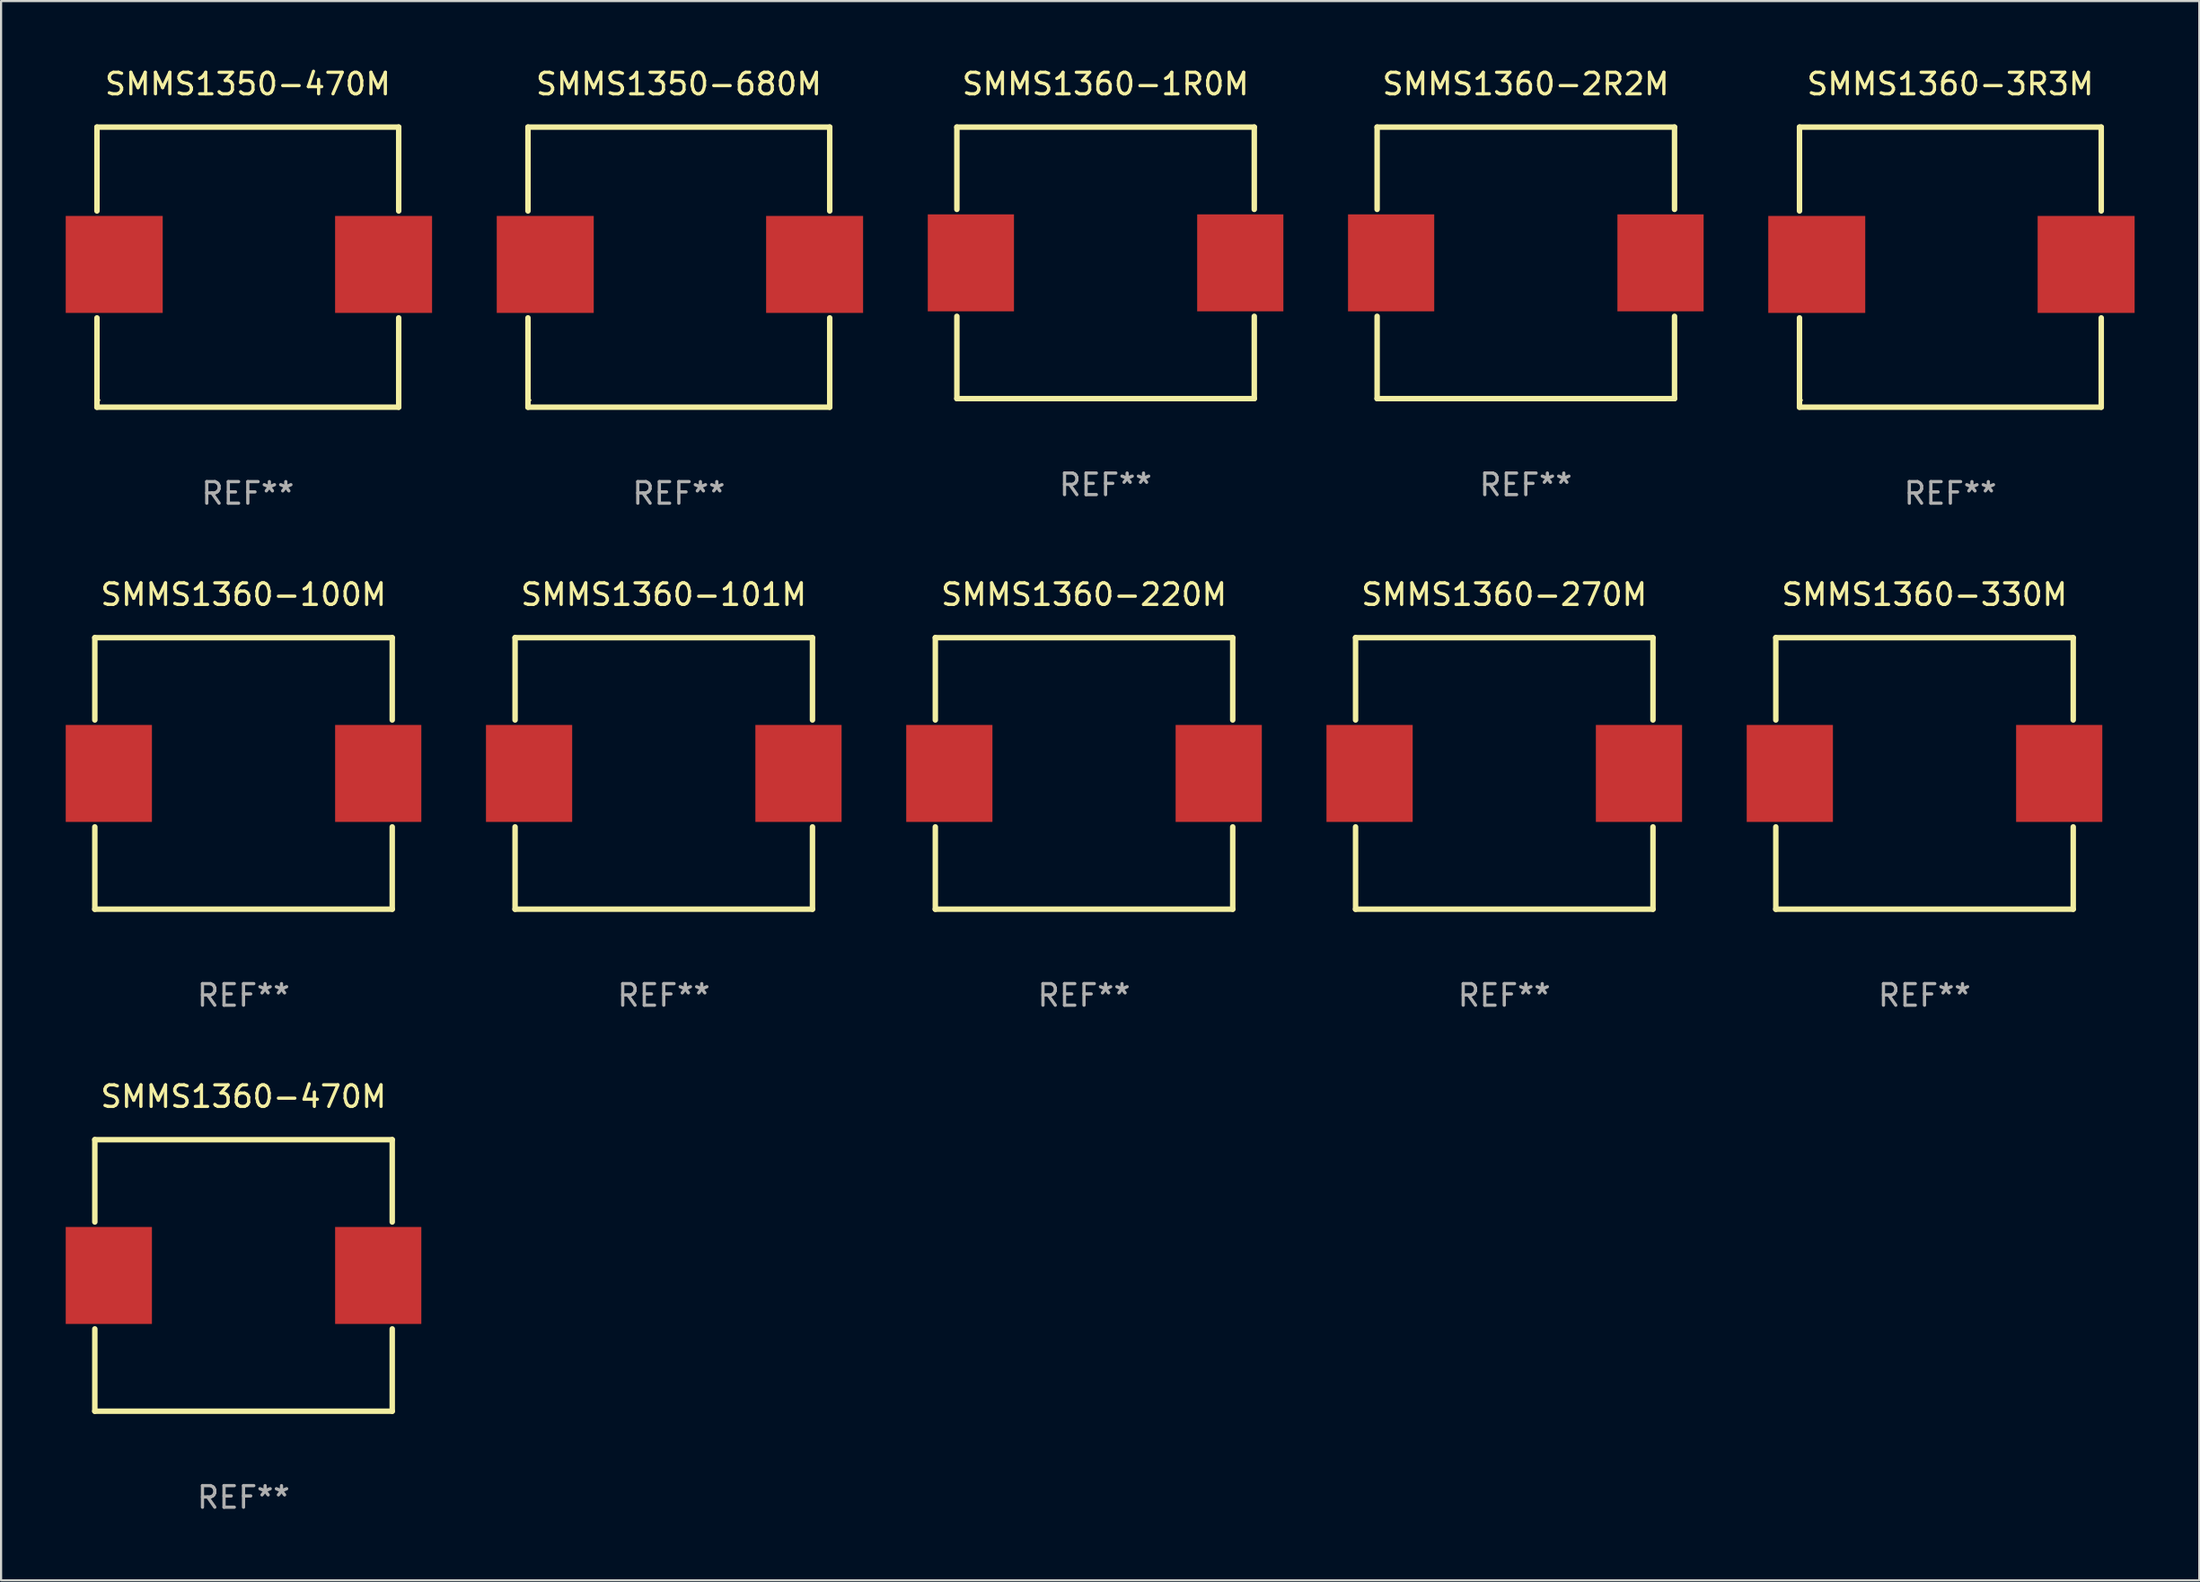
<source format=kicad_pcb>
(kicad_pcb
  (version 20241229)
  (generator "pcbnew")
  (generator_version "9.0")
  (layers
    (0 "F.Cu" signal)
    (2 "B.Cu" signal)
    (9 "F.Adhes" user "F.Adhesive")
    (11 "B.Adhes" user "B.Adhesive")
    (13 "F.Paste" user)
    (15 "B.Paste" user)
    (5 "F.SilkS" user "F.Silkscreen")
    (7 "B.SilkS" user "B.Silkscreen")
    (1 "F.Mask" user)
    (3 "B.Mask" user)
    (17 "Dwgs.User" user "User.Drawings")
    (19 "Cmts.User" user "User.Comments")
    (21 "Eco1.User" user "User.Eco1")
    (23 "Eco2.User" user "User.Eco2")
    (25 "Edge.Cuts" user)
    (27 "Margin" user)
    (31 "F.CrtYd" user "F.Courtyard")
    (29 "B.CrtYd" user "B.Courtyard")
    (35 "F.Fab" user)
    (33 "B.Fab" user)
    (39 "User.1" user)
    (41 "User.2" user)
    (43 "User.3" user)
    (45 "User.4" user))
  (footprint "SMMS1360-101M"
    (layer "F.Cu")
    (at 27.75 32.843)
    (property "Reference" "SMMS1360-101M" (at 0 -8.3 0) (layer "F.SilkS") (effects (font (size 1 1) (thickness 0.15))))
    (attr through_hole)
    (fp_line (start -6.9 -6.3) (end -6.9 -2.481) (stroke (width 0.254) (type solid)) (layer "F.SilkS"))
    (fp_line (start -6.9 -6.3) (end 6.9 -6.3) (stroke (width 0.254) (type solid)) (layer "F.SilkS"))
    (fp_line (start -6.9 2.481) (end -6.9 6.3) (stroke (width 0.254) (type solid)) (layer "F.SilkS"))
    (fp_line (start 6.9 -6.3) (end 6.9 -2.481) (stroke (width 0.254) (type solid)) (layer "F.SilkS"))
    (fp_line (start 6.9 2.481) (end 6.9 6.3) (stroke (width 0.254) (type solid)) (layer "F.SilkS"))
    (fp_line (start 6.9 6.3) (end -6.9 6.3) (stroke (width 0.254) (type solid)) (layer "F.SilkS"))
    (fp_circle (center -6.9 6.3) (end -6.87 6.3) (stroke (width 0.06) (type solid)) (fill no) (layer "F.SilkS"))
    (fp_text user "REF**" (at 0 10.3 0) (layer "F.Fab") (effects (font (size 1 1) (thickness 0.15))))
    (pad "1" smd rect (at -6.25 0) (size 4 4.5) (layers "F.Cu" "F.Mask" "F.Paste"))
    (pad "2" smd rect (at 6.25 0) (size 4 4.5) (layers "F.Cu" "F.Mask" "F.Paste")))
  (footprint "SMMS1360-3R3M"
    (layer "F.Cu")
    (at 87.449 9.347)
    (property "Reference" "SMMS1360-3R3M" (at 0 -8.499 0) (layer "F.SilkS") (effects (font (size 1 1) (thickness 0.15))))
    (attr through_hole)
    (fp_line (start -7 -6.499) (end -7 -2.607) (stroke (width 0.254) (type solid)) (layer "F.SilkS"))
    (fp_line (start -7 -6.499) (end 7.001 -6.499) (stroke (width 0.254) (type solid)) (layer "F.SilkS"))
    (fp_line (start -7 2.355) (end -7 6.499) (stroke (width 0.254) (type solid)) (layer "F.SilkS"))
    (fp_line (start 7 6.499) (end -7.001 6.499) (stroke (width 0.254) (type solid)) (layer "F.SilkS"))
    (fp_line (start 7.001 -6.499) (end 7.001 -2.607) (stroke (width 0.254) (type solid)) (layer "F.SilkS"))
    (fp_line (start 7.001 2.355) (end 7.001 6.499) (stroke (width 0.254) (type solid)) (layer "F.SilkS"))
    (fp_circle (center -6.899 6.174) (end -6.869 6.174) (stroke (width 0.06) (type solid)) (fill no) (layer "F.SilkS"))
    (fp_text user "REF**" (at 0 10.499 0) (layer "F.Fab") (effects (font (size 1 1) (thickness 0.15))))
    (pad "1" smd rect (at -6.199 -0.126) (size 4.5 4.5) (layers "F.Cu" "F.Mask" "F.Paste"))
    (pad "2" smd rect (at 6.3 -0.126) (size 4.5 4.5) (layers "F.Cu" "F.Mask" "F.Paste")))
  (footprint "SMMS1350-470M"
    (layer "F.Cu")
    (at 8.449 9.347)
    (property "Reference" "SMMS1350-470M" (at 0 -8.499 0) (layer "F.SilkS") (effects (font (size 1 1) (thickness 0.15))))
    (attr through_hole)
    (fp_line (start -7 -6.499) (end -7 -2.607) (stroke (width 0.254) (type solid)) (layer "F.SilkS"))
    (fp_line (start -7 -6.499) (end 7.001 -6.499) (stroke (width 0.254) (type solid)) (layer "F.SilkS"))
    (fp_line (start -7 2.355) (end -7 6.499) (stroke (width 0.254) (type solid)) (layer "F.SilkS"))
    (fp_line (start 7 6.499) (end -7.001 6.499) (stroke (width 0.254) (type solid)) (layer "F.SilkS"))
    (fp_line (start 7.001 -6.499) (end 7.001 -2.607) (stroke (width 0.254) (type solid)) (layer "F.SilkS"))
    (fp_line (start 7.001 2.355) (end 7.001 6.499) (stroke (width 0.254) (type solid)) (layer "F.SilkS"))
    (fp_circle (center -6.899 6.174) (end -6.869 6.174) (stroke (width 0.06) (type solid)) (fill no) (layer "F.SilkS"))
    (fp_text user "REF**" (at 0 10.499 0) (layer "F.Fab") (effects (font (size 1 1) (thickness 0.15))))
    (pad "1" smd rect (at -6.199 -0.126) (size 4.5 4.5) (layers "F.Cu" "F.Mask" "F.Paste"))
    (pad "2" smd rect (at 6.3 -0.126) (size 4.5 4.5) (layers "F.Cu" "F.Mask" "F.Paste")))
  (footprint "SMMS1360-100M"
    (layer "F.Cu")
    (at 8.25 32.843)
    (property "Reference" "SMMS1360-100M" (at 0 -8.3 0) (layer "F.SilkS") (effects (font (size 1 1) (thickness 0.15))))
    (attr through_hole)
    (fp_line (start -6.9 -6.3) (end -6.9 -2.481) (stroke (width 0.254) (type solid)) (layer "F.SilkS"))
    (fp_line (start -6.9 -6.3) (end 6.9 -6.3) (stroke (width 0.254) (type solid)) (layer "F.SilkS"))
    (fp_line (start -6.9 2.481) (end -6.9 6.3) (stroke (width 0.254) (type solid)) (layer "F.SilkS"))
    (fp_line (start 6.9 -6.3) (end 6.9 -2.481) (stroke (width 0.254) (type solid)) (layer "F.SilkS"))
    (fp_line (start 6.9 2.481) (end 6.9 6.3) (stroke (width 0.254) (type solid)) (layer "F.SilkS"))
    (fp_line (start 6.9 6.3) (end -6.9 6.3) (stroke (width 0.254) (type solid)) (layer "F.SilkS"))
    (fp_circle (center -6.9 6.3) (end -6.87 6.3) (stroke (width 0.06) (type solid)) (fill no) (layer "F.SilkS"))
    (fp_text user "REF**" (at 0 10.3 0) (layer "F.Fab") (effects (font (size 1 1) (thickness 0.15))))
    (pad "1" smd rect (at -6.25 0) (size 4 4.5) (layers "F.Cu" "F.Mask" "F.Paste"))
    (pad "2" smd rect (at 6.25 0) (size 4 4.5) (layers "F.Cu" "F.Mask" "F.Paste")))
  (footprint "SMMS1360-2R2M"
    (layer "F.Cu")
    (at 67.75 9.148)
    (property "Reference" "SMMS1360-2R2M" (at 0 -8.3 0) (layer "F.SilkS") (effects (font (size 1 1) (thickness 0.15))))
    (attr through_hole)
    (fp_line (start -6.9 -6.3) (end -6.9 -2.481) (stroke (width 0.254) (type solid)) (layer "F.SilkS"))
    (fp_line (start -6.9 -6.3) (end 6.9 -6.3) (stroke (width 0.254) (type solid)) (layer "F.SilkS"))
    (fp_line (start -6.9 2.481) (end -6.9 6.3) (stroke (width 0.254) (type solid)) (layer "F.SilkS"))
    (fp_line (start 6.9 -6.3) (end 6.9 -2.481) (stroke (width 0.254) (type solid)) (layer "F.SilkS"))
    (fp_line (start 6.9 2.481) (end 6.9 6.3) (stroke (width 0.254) (type solid)) (layer "F.SilkS"))
    (fp_line (start 6.9 6.3) (end -6.9 6.3) (stroke (width 0.254) (type solid)) (layer "F.SilkS"))
    (fp_circle (center -6.9 6.3) (end -6.87 6.3) (stroke (width 0.06) (type solid)) (fill no) (layer "F.SilkS"))
    (fp_text user "REF**" (at 0 10.3 0) (layer "F.Fab") (effects (font (size 1 1) (thickness 0.15))))
    (pad "1" smd rect (at -6.25 0) (size 4 4.5) (layers "F.Cu" "F.Mask" "F.Paste"))
    (pad "2" smd rect (at 6.25 0) (size 4 4.5) (layers "F.Cu" "F.Mask" "F.Paste")))
  (footprint "SMMS1360-1R0M"
    (layer "F.Cu")
    (at 48.25 9.148)
    (property "Reference" "SMMS1360-1R0M" (at 0 -8.3 0) (layer "F.SilkS") (effects (font (size 1 1) (thickness 0.15))))
    (attr through_hole)
    (fp_line (start -6.9 -6.3) (end -6.9 -2.481) (stroke (width 0.254) (type solid)) (layer "F.SilkS"))
    (fp_line (start -6.9 -6.3) (end 6.9 -6.3) (stroke (width 0.254) (type solid)) (layer "F.SilkS"))
    (fp_line (start -6.9 2.481) (end -6.9 6.3) (stroke (width 0.254) (type solid)) (layer "F.SilkS"))
    (fp_line (start 6.9 -6.3) (end 6.9 -2.481) (stroke (width 0.254) (type solid)) (layer "F.SilkS"))
    (fp_line (start 6.9 2.481) (end 6.9 6.3) (stroke (width 0.254) (type solid)) (layer "F.SilkS"))
    (fp_line (start 6.9 6.3) (end -6.9 6.3) (stroke (width 0.254) (type solid)) (layer "F.SilkS"))
    (fp_circle (center -6.9 6.3) (end -6.87 6.3) (stroke (width 0.06) (type solid)) (fill no) (layer "F.SilkS"))
    (fp_text user "REF**" (at 0 10.3 0) (layer "F.Fab") (effects (font (size 1 1) (thickness 0.15))))
    (pad "1" smd rect (at -6.25 0) (size 4 4.5) (layers "F.Cu" "F.Mask" "F.Paste"))
    (pad "2" smd rect (at 6.25 0) (size 4 4.5) (layers "F.Cu" "F.Mask" "F.Paste")))
  (footprint "SMMS1360-330M"
    (layer "F.Cu")
    (at 86.25 32.843)
    (property "Reference" "SMMS1360-330M" (at 0 -8.3 0) (layer "F.SilkS") (effects (font (size 1 1) (thickness 0.15))))
    (attr through_hole)
    (fp_line (start -6.9 -6.3) (end -6.9 -2.481) (stroke (width 0.254) (type solid)) (layer "F.SilkS"))
    (fp_line (start -6.9 -6.3) (end 6.9 -6.3) (stroke (width 0.254) (type solid)) (layer "F.SilkS"))
    (fp_line (start -6.9 2.481) (end -6.9 6.3) (stroke (width 0.254) (type solid)) (layer "F.SilkS"))
    (fp_line (start 6.9 -6.3) (end 6.9 -2.481) (stroke (width 0.254) (type solid)) (layer "F.SilkS"))
    (fp_line (start 6.9 2.481) (end 6.9 6.3) (stroke (width 0.254) (type solid)) (layer "F.SilkS"))
    (fp_line (start 6.9 6.3) (end -6.9 6.3) (stroke (width 0.254) (type solid)) (layer "F.SilkS"))
    (fp_circle (center -6.9 6.3) (end -6.87 6.3) (stroke (width 0.06) (type solid)) (fill no) (layer "F.SilkS"))
    (fp_text user "REF**" (at 0 10.3 0) (layer "F.Fab") (effects (font (size 1 1) (thickness 0.15))))
    (pad "1" smd rect (at -6.25 0) (size 4 4.5) (layers "F.Cu" "F.Mask" "F.Paste"))
    (pad "2" smd rect (at 6.25 0) (size 4 4.5) (layers "F.Cu" "F.Mask" "F.Paste")))
  (footprint "SMMS1360-220M"
    (layer "F.Cu")
    (at 47.25 32.843)
    (property "Reference" "SMMS1360-220M" (at 0 -8.3 0) (layer "F.SilkS") (effects (font (size 1 1) (thickness 0.15))))
    (attr through_hole)
    (fp_line (start -6.9 -6.3) (end -6.9 -2.481) (stroke (width 0.254) (type solid)) (layer "F.SilkS"))
    (fp_line (start -6.9 -6.3) (end 6.9 -6.3) (stroke (width 0.254) (type solid)) (layer "F.SilkS"))
    (fp_line (start -6.9 2.481) (end -6.9 6.3) (stroke (width 0.254) (type solid)) (layer "F.SilkS"))
    (fp_line (start 6.9 -6.3) (end 6.9 -2.481) (stroke (width 0.254) (type solid)) (layer "F.SilkS"))
    (fp_line (start 6.9 2.481) (end 6.9 6.3) (stroke (width 0.254) (type solid)) (layer "F.SilkS"))
    (fp_line (start 6.9 6.3) (end -6.9 6.3) (stroke (width 0.254) (type solid)) (layer "F.SilkS"))
    (fp_circle (center -6.9 6.3) (end -6.87 6.3) (stroke (width 0.06) (type solid)) (fill no) (layer "F.SilkS"))
    (fp_text user "REF**" (at 0 10.3 0) (layer "F.Fab") (effects (font (size 1 1) (thickness 0.15))))
    (pad "1" smd rect (at -6.25 0) (size 4 4.5) (layers "F.Cu" "F.Mask" "F.Paste"))
    (pad "2" smd rect (at 6.25 0) (size 4 4.5) (layers "F.Cu" "F.Mask" "F.Paste")))
  (footprint "SMMS1360-470M"
    (layer "F.Cu")
    (at 8.25 56.14)
    (property "Reference" "SMMS1360-470M" (at 0 -8.3 0) (layer "F.SilkS") (effects (font (size 1 1) (thickness 0.15))))
    (attr through_hole)
    (fp_line (start -6.9 -6.3) (end -6.9 -2.481) (stroke (width 0.254) (type solid)) (layer "F.SilkS"))
    (fp_line (start -6.9 -6.3) (end 6.9 -6.3) (stroke (width 0.254) (type solid)) (layer "F.SilkS"))
    (fp_line (start -6.9 2.481) (end -6.9 6.3) (stroke (width 0.254) (type solid)) (layer "F.SilkS"))
    (fp_line (start 6.9 -6.3) (end 6.9 -2.481) (stroke (width 0.254) (type solid)) (layer "F.SilkS"))
    (fp_line (start 6.9 2.481) (end 6.9 6.3) (stroke (width 0.254) (type solid)) (layer "F.SilkS"))
    (fp_line (start 6.9 6.3) (end -6.9 6.3) (stroke (width 0.254) (type solid)) (layer "F.SilkS"))
    (fp_circle (center -6.9 6.3) (end -6.87 6.3) (stroke (width 0.06) (type solid)) (fill no) (layer "F.SilkS"))
    (fp_text user "REF**" (at 0 10.3 0) (layer "F.Fab") (effects (font (size 1 1) (thickness 0.15))))
    (pad "1" smd rect (at -6.25 0) (size 4 4.5) (layers "F.Cu" "F.Mask" "F.Paste"))
    (pad "2" smd rect (at 6.25 0) (size 4 4.5) (layers "F.Cu" "F.Mask" "F.Paste")))
  (footprint "SMMS1360-270M"
    (layer "F.Cu")
    (at 66.75 32.843)
    (property "Reference" "SMMS1360-270M" (at 0 -8.3 0) (layer "F.SilkS") (effects (font (size 1 1) (thickness 0.15))))
    (attr through_hole)
    (fp_line (start -6.9 -6.3) (end -6.9 -2.481) (stroke (width 0.254) (type solid)) (layer "F.SilkS"))
    (fp_line (start -6.9 -6.3) (end 6.9 -6.3) (stroke (width 0.254) (type solid)) (layer "F.SilkS"))
    (fp_line (start -6.9 2.481) (end -6.9 6.3) (stroke (width 0.254) (type solid)) (layer "F.SilkS"))
    (fp_line (start 6.9 -6.3) (end 6.9 -2.481) (stroke (width 0.254) (type solid)) (layer "F.SilkS"))
    (fp_line (start 6.9 2.481) (end 6.9 6.3) (stroke (width 0.254) (type solid)) (layer "F.SilkS"))
    (fp_line (start 6.9 6.3) (end -6.9 6.3) (stroke (width 0.254) (type solid)) (layer "F.SilkS"))
    (fp_circle (center -6.9 6.3) (end -6.87 6.3) (stroke (width 0.06) (type solid)) (fill no) (layer "F.SilkS"))
    (fp_text user "REF**" (at 0 10.3 0) (layer "F.Fab") (effects (font (size 1 1) (thickness 0.15))))
    (pad "1" smd rect (at -6.25 0) (size 4 4.5) (layers "F.Cu" "F.Mask" "F.Paste"))
    (pad "2" smd rect (at 6.25 0) (size 4 4.5) (layers "F.Cu" "F.Mask" "F.Paste")))
  (footprint "SMMS1350-680M"
    (layer "F.Cu")
    (at 28.449 9.347)
    (property "Reference" "SMMS1350-680M" (at 0 -8.499 0) (layer "F.SilkS") (effects (font (size 1 1) (thickness 0.15))))
    (attr through_hole)
    (fp_line (start -7 -6.499) (end -7 -2.607) (stroke (width 0.254) (type solid)) (layer "F.SilkS"))
    (fp_line (start -7 -6.499) (end 7.001 -6.499) (stroke (width 0.254) (type solid)) (layer "F.SilkS"))
    (fp_line (start -7 2.355) (end -7 6.499) (stroke (width 0.254) (type solid)) (layer "F.SilkS"))
    (fp_line (start 7 6.499) (end -7.001 6.499) (stroke (width 0.254) (type solid)) (layer "F.SilkS"))
    (fp_line (start 7.001 -6.499) (end 7.001 -2.607) (stroke (width 0.254) (type solid)) (layer "F.SilkS"))
    (fp_line (start 7.001 2.355) (end 7.001 6.499) (stroke (width 0.254) (type solid)) (layer "F.SilkS"))
    (fp_circle (center -6.899 6.174) (end -6.869 6.174) (stroke (width 0.06) (type solid)) (fill no) (layer "F.SilkS"))
    (fp_text user "REF**" (at 0 10.499 0) (layer "F.Fab") (effects (font (size 1 1) (thickness 0.15))))
    (pad "1" smd rect (at -6.199 -0.126) (size 4.5 4.5) (layers "F.Cu" "F.Mask" "F.Paste"))
    (pad "2" smd rect (at 6.3 -0.126) (size 4.5 4.5) (layers "F.Cu" "F.Mask" "F.Paste")))
  (gr_rect
    (start -3 -3)
    (end 99 70.288)
    (stroke (width 0.1) (type default))
    (fill no)
    (layer "Edge.Cuts")))
</source>
